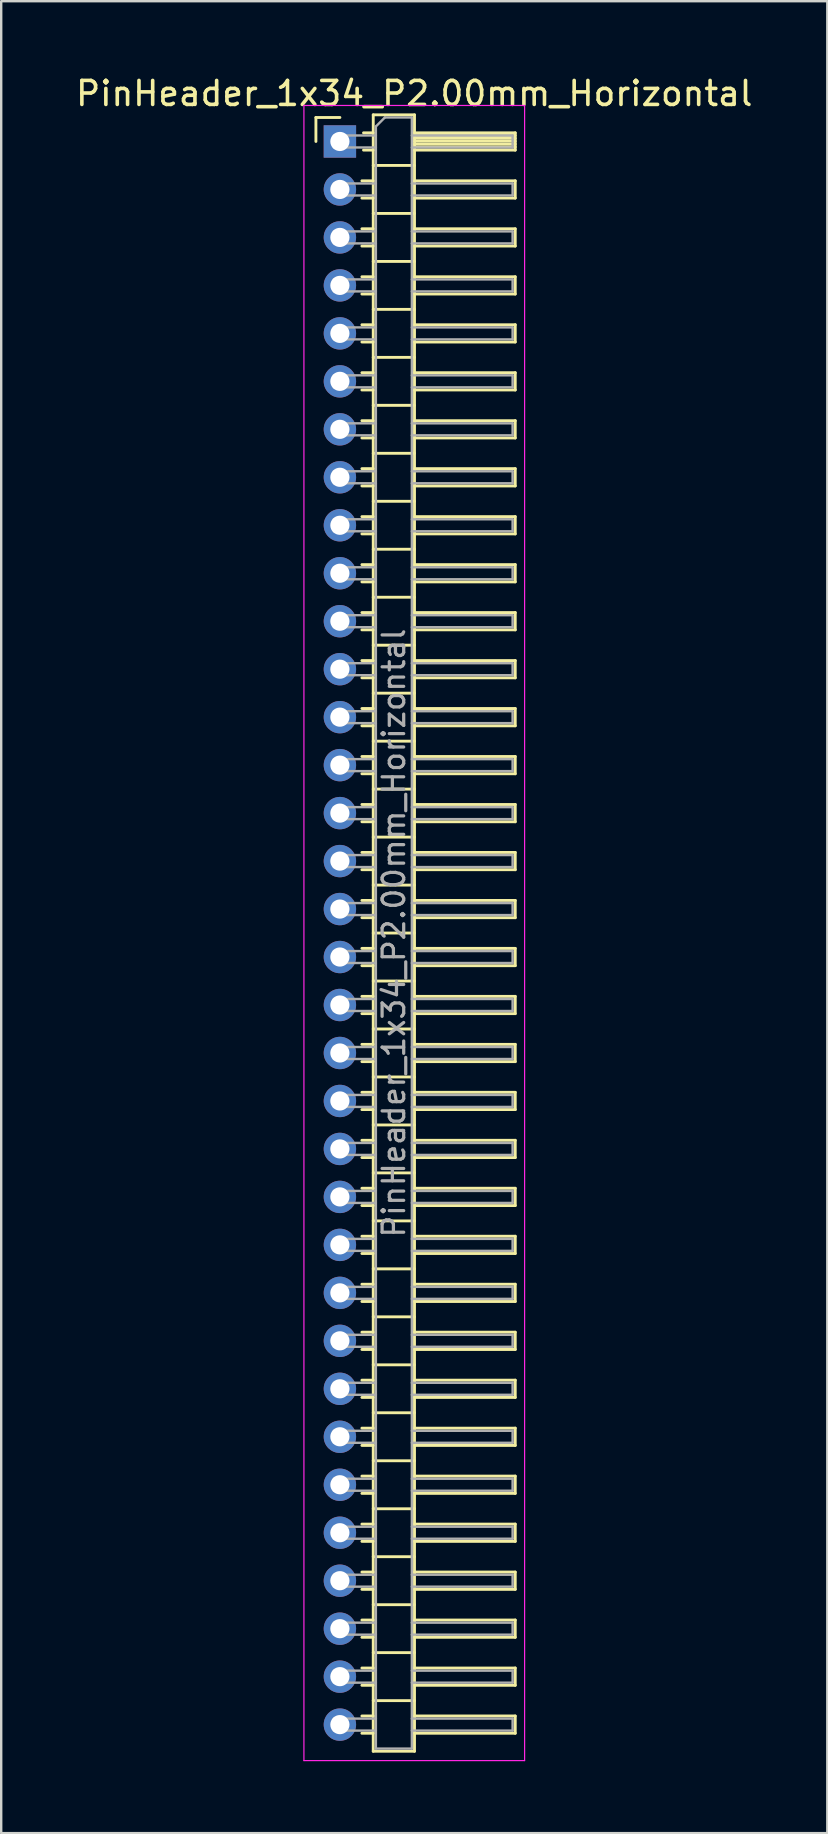
<source format=kicad_pcb>
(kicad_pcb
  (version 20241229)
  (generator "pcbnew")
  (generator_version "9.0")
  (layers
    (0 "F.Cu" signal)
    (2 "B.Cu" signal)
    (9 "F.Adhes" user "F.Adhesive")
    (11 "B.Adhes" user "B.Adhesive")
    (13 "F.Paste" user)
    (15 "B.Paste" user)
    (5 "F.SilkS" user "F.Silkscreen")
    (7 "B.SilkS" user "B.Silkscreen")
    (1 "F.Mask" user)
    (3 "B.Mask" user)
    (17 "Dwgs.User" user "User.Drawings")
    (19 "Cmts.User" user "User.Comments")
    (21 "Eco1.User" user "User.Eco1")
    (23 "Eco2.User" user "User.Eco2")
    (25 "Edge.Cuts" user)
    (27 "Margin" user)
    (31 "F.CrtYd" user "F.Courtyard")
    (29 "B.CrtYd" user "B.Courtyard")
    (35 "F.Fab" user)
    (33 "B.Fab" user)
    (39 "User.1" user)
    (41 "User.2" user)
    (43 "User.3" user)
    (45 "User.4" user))
  (footprint "PinHeader_1x34_P2.00mm_Horizontal"
    (layer "F.Cu")
    (at 11.12 2.848)
    (property "Reference" "PinHeader_1x34_P2.00mm_Horizontal" (at 3.1 -2 0) (layer "F.SilkS") (effects (font (size 1 1) (thickness 0.15))))
    (attr through_hole)
    (fp_line (start -1 -1) (end 0 -1) (stroke (width 0.12) (type solid)) (layer "F.SilkS"))
    (fp_line (start -1 0) (end -1 -1) (stroke (width 0.12) (type solid)) (layer "F.SilkS"))
    (fp_line (start 0.917 1.64) (end 1.39 1.64) (stroke (width 0.12) (type solid)) (layer "F.SilkS"))
    (fp_line (start 0.917 2.36) (end 1.39 2.36) (stroke (width 0.12) (type solid)) (layer "F.SilkS"))
    (fp_line (start 0.917 3.64) (end 1.39 3.64) (stroke (width 0.12) (type solid)) (layer "F.SilkS"))
    (fp_line (start 0.917 4.36) (end 1.39 4.36) (stroke (width 0.12) (type solid)) (layer "F.SilkS"))
    (fp_line (start 0.917 5.64) (end 1.39 5.64) (stroke (width 0.12) (type solid)) (layer "F.SilkS"))
    (fp_line (start 0.917 6.36) (end 1.39 6.36) (stroke (width 0.12) (type solid)) (layer "F.SilkS"))
    (fp_line (start 0.917 7.64) (end 1.39 7.64) (stroke (width 0.12) (type solid)) (layer "F.SilkS"))
    (fp_line (start 0.917 8.36) (end 1.39 8.36) (stroke (width 0.12) (type solid)) (layer "F.SilkS"))
    (fp_line (start 0.917 9.64) (end 1.39 9.64) (stroke (width 0.12) (type solid)) (layer "F.SilkS"))
    (fp_line (start 0.917 10.36) (end 1.39 10.36) (stroke (width 0.12) (type solid)) (layer "F.SilkS"))
    (fp_line (start 0.917 11.64) (end 1.39 11.64) (stroke (width 0.12) (type solid)) (layer "F.SilkS"))
    (fp_line (start 0.917 12.36) (end 1.39 12.36) (stroke (width 0.12) (type solid)) (layer "F.SilkS"))
    (fp_line (start 0.917 13.64) (end 1.39 13.64) (stroke (width 0.12) (type solid)) (layer "F.SilkS"))
    (fp_line (start 0.917 14.36) (end 1.39 14.36) (stroke (width 0.12) (type solid)) (layer "F.SilkS"))
    (fp_line (start 0.917 15.64) (end 1.39 15.64) (stroke (width 0.12) (type solid)) (layer "F.SilkS"))
    (fp_line (start 0.917 16.36) (end 1.39 16.36) (stroke (width 0.12) (type solid)) (layer "F.SilkS"))
    (fp_line (start 0.917 17.64) (end 1.39 17.64) (stroke (width 0.12) (type solid)) (layer "F.SilkS"))
    (fp_line (start 0.917 18.36) (end 1.39 18.36) (stroke (width 0.12) (type solid)) (layer "F.SilkS"))
    (fp_line (start 0.917 19.64) (end 1.39 19.64) (stroke (width 0.12) (type solid)) (layer "F.SilkS"))
    (fp_line (start 0.917 20.36) (end 1.39 20.36) (stroke (width 0.12) (type solid)) (layer "F.SilkS"))
    (fp_line (start 0.917 21.64) (end 1.39 21.64) (stroke (width 0.12) (type solid)) (layer "F.SilkS"))
    (fp_line (start 0.917 22.36) (end 1.39 22.36) (stroke (width 0.12) (type solid)) (layer "F.SilkS"))
    (fp_line (start 0.917 23.64) (end 1.39 23.64) (stroke (width 0.12) (type solid)) (layer "F.SilkS"))
    (fp_line (start 0.917 24.36) (end 1.39 24.36) (stroke (width 0.12) (type solid)) (layer "F.SilkS"))
    (fp_line (start 0.917 25.64) (end 1.39 25.64) (stroke (width 0.12) (type solid)) (layer "F.SilkS"))
    (fp_line (start 0.917 26.36) (end 1.39 26.36) (stroke (width 0.12) (type solid)) (layer "F.SilkS"))
    (fp_line (start 0.917 27.64) (end 1.39 27.64) (stroke (width 0.12) (type solid)) (layer "F.SilkS"))
    (fp_line (start 0.917 28.36) (end 1.39 28.36) (stroke (width 0.12) (type solid)) (layer "F.SilkS"))
    (fp_line (start 0.917 29.64) (end 1.39 29.64) (stroke (width 0.12) (type solid)) (layer "F.SilkS"))
    (fp_line (start 0.917 30.36) (end 1.39 30.36) (stroke (width 0.12) (type solid)) (layer "F.SilkS"))
    (fp_line (start 0.917 31.64) (end 1.39 31.64) (stroke (width 0.12) (type solid)) (layer "F.SilkS"))
    (fp_line (start 0.917 32.36) (end 1.39 32.36) (stroke (width 0.12) (type solid)) (layer "F.SilkS"))
    (fp_line (start 0.917 33.64) (end 1.39 33.64) (stroke (width 0.12) (type solid)) (layer "F.SilkS"))
    (fp_line (start 0.917 34.36) (end 1.39 34.36) (stroke (width 0.12) (type solid)) (layer "F.SilkS"))
    (fp_line (start 0.917 35.64) (end 1.39 35.64) (stroke (width 0.12) (type solid)) (layer "F.SilkS"))
    (fp_line (start 0.917 36.36) (end 1.39 36.36) (stroke (width 0.12) (type solid)) (layer "F.SilkS"))
    (fp_line (start 0.917 37.64) (end 1.39 37.64) (stroke (width 0.12) (type solid)) (layer "F.SilkS"))
    (fp_line (start 0.917 38.36) (end 1.39 38.36) (stroke (width 0.12) (type solid)) (layer "F.SilkS"))
    (fp_line (start 0.917 39.64) (end 1.39 39.64) (stroke (width 0.12) (type solid)) (layer "F.SilkS"))
    (fp_line (start 0.917 40.36) (end 1.39 40.36) (stroke (width 0.12) (type solid)) (layer "F.SilkS"))
    (fp_line (start 0.917 41.64) (end 1.39 41.64) (stroke (width 0.12) (type solid)) (layer "F.SilkS"))
    (fp_line (start 0.917 42.36) (end 1.39 42.36) (stroke (width 0.12) (type solid)) (layer "F.SilkS"))
    (fp_line (start 0.917 43.64) (end 1.39 43.64) (stroke (width 0.12) (type solid)) (layer "F.SilkS"))
    (fp_line (start 0.917 44.36) (end 1.39 44.36) (stroke (width 0.12) (type solid)) (layer "F.SilkS"))
    (fp_line (start 0.917 45.64) (end 1.39 45.64) (stroke (width 0.12) (type solid)) (layer "F.SilkS"))
    (fp_line (start 0.917 46.36) (end 1.39 46.36) (stroke (width 0.12) (type solid)) (layer "F.SilkS"))
    (fp_line (start 0.917 47.64) (end 1.39 47.64) (stroke (width 0.12) (type solid)) (layer "F.SilkS"))
    (fp_line (start 0.917 48.36) (end 1.39 48.36) (stroke (width 0.12) (type solid)) (layer "F.SilkS"))
    (fp_line (start 0.917 49.64) (end 1.39 49.64) (stroke (width 0.12) (type solid)) (layer "F.SilkS"))
    (fp_line (start 0.917 50.36) (end 1.39 50.36) (stroke (width 0.12) (type solid)) (layer "F.SilkS"))
    (fp_line (start 0.917 51.64) (end 1.39 51.64) (stroke (width 0.12) (type solid)) (layer "F.SilkS"))
    (fp_line (start 0.917 52.36) (end 1.39 52.36) (stroke (width 0.12) (type solid)) (layer "F.SilkS"))
    (fp_line (start 0.917 53.64) (end 1.39 53.64) (stroke (width 0.12) (type solid)) (layer "F.SilkS"))
    (fp_line (start 0.917 54.36) (end 1.39 54.36) (stroke (width 0.12) (type solid)) (layer "F.SilkS"))
    (fp_line (start 0.917 55.64) (end 1.39 55.64) (stroke (width 0.12) (type solid)) (layer "F.SilkS"))
    (fp_line (start 0.917 56.36) (end 1.39 56.36) (stroke (width 0.12) (type solid)) (layer "F.SilkS"))
    (fp_line (start 0.917 57.64) (end 1.39 57.64) (stroke (width 0.12) (type solid)) (layer "F.SilkS"))
    (fp_line (start 0.917 58.36) (end 1.39 58.36) (stroke (width 0.12) (type solid)) (layer "F.SilkS"))
    (fp_line (start 0.917 59.64) (end 1.39 59.64) (stroke (width 0.12) (type solid)) (layer "F.SilkS"))
    (fp_line (start 0.917 60.36) (end 1.39 60.36) (stroke (width 0.12) (type solid)) (layer "F.SilkS"))
    (fp_line (start 0.917 61.64) (end 1.39 61.64) (stroke (width 0.12) (type solid)) (layer "F.SilkS"))
    (fp_line (start 0.917 62.36) (end 1.39 62.36) (stroke (width 0.12) (type solid)) (layer "F.SilkS"))
    (fp_line (start 0.917 63.64) (end 1.39 63.64) (stroke (width 0.12) (type solid)) (layer "F.SilkS"))
    (fp_line (start 0.917 64.36) (end 1.39 64.36) (stroke (width 0.12) (type solid)) (layer "F.SilkS"))
    (fp_line (start 0.917 65.64) (end 1.39 65.64) (stroke (width 0.12) (type solid)) (layer "F.SilkS"))
    (fp_line (start 0.917 66.36) (end 1.39 66.36) (stroke (width 0.12) (type solid)) (layer "F.SilkS"))
    (fp_line (start 0.985 -0.36) (end 1.39 -0.36) (stroke (width 0.12) (type solid)) (layer "F.SilkS"))
    (fp_line (start 0.985 0.36) (end 1.39 0.36) (stroke (width 0.12) (type solid)) (layer "F.SilkS"))
    (fp_line (start 1.39 -1.11) (end 1.39 67.11) (stroke (width 0.12) (type solid)) (layer "F.SilkS"))
    (fp_line (start 1.39 1) (end 3.11 1) (stroke (width 0.12) (type solid)) (layer "F.SilkS"))
    (fp_line (start 1.39 3) (end 3.11 3) (stroke (width 0.12) (type solid)) (layer "F.SilkS"))
    (fp_line (start 1.39 5) (end 3.11 5) (stroke (width 0.12) (type solid)) (layer "F.SilkS"))
    (fp_line (start 1.39 7) (end 3.11 7) (stroke (width 0.12) (type solid)) (layer "F.SilkS"))
    (fp_line (start 1.39 9) (end 3.11 9) (stroke (width 0.12) (type solid)) (layer "F.SilkS"))
    (fp_line (start 1.39 11) (end 3.11 11) (stroke (width 0.12) (type solid)) (layer "F.SilkS"))
    (fp_line (start 1.39 13) (end 3.11 13) (stroke (width 0.12) (type solid)) (layer "F.SilkS"))
    (fp_line (start 1.39 15) (end 3.11 15) (stroke (width 0.12) (type solid)) (layer "F.SilkS"))
    (fp_line (start 1.39 17) (end 3.11 17) (stroke (width 0.12) (type solid)) (layer "F.SilkS"))
    (fp_line (start 1.39 19) (end 3.11 19) (stroke (width 0.12) (type solid)) (layer "F.SilkS"))
    (fp_line (start 1.39 21) (end 3.11 21) (stroke (width 0.12) (type solid)) (layer "F.SilkS"))
    (fp_line (start 1.39 23) (end 3.11 23) (stroke (width 0.12) (type solid)) (layer "F.SilkS"))
    (fp_line (start 1.39 25) (end 3.11 25) (stroke (width 0.12) (type solid)) (layer "F.SilkS"))
    (fp_line (start 1.39 27) (end 3.11 27) (stroke (width 0.12) (type solid)) (layer "F.SilkS"))
    (fp_line (start 1.39 29) (end 3.11 29) (stroke (width 0.12) (type solid)) (layer "F.SilkS"))
    (fp_line (start 1.39 31) (end 3.11 31) (stroke (width 0.12) (type solid)) (layer "F.SilkS"))
    (fp_line (start 1.39 33) (end 3.11 33) (stroke (width 0.12) (type solid)) (layer "F.SilkS"))
    (fp_line (start 1.39 35) (end 3.11 35) (stroke (width 0.12) (type solid)) (layer "F.SilkS"))
    (fp_line (start 1.39 37) (end 3.11 37) (stroke (width 0.12) (type solid)) (layer "F.SilkS"))
    (fp_line (start 1.39 39) (end 3.11 39) (stroke (width 0.12) (type solid)) (layer "F.SilkS"))
    (fp_line (start 1.39 41) (end 3.11 41) (stroke (width 0.12) (type solid)) (layer "F.SilkS"))
    (fp_line (start 1.39 43) (end 3.11 43) (stroke (width 0.12) (type solid)) (layer "F.SilkS"))
    (fp_line (start 1.39 45) (end 3.11 45) (stroke (width 0.12) (type solid)) (layer "F.SilkS"))
    (fp_line (start 1.39 47) (end 3.11 47) (stroke (width 0.12) (type solid)) (layer "F.SilkS"))
    (fp_line (start 1.39 49) (end 3.11 49) (stroke (width 0.12) (type solid)) (layer "F.SilkS"))
    (fp_line (start 1.39 51) (end 3.11 51) (stroke (width 0.12) (type solid)) (layer "F.SilkS"))
    (fp_line (start 1.39 53) (end 3.11 53) (stroke (width 0.12) (type solid)) (layer "F.SilkS"))
    (fp_line (start 1.39 55) (end 3.11 55) (stroke (width 0.12) (type solid)) (layer "F.SilkS"))
    (fp_line (start 1.39 57) (end 3.11 57) (stroke (width 0.12) (type solid)) (layer "F.SilkS"))
    (fp_line (start 1.39 59) (end 3.11 59) (stroke (width 0.12) (type solid)) (layer "F.SilkS"))
    (fp_line (start 1.39 61) (end 3.11 61) (stroke (width 0.12) (type solid)) (layer "F.SilkS"))
    (fp_line (start 1.39 63) (end 3.11 63) (stroke (width 0.12) (type solid)) (layer "F.SilkS"))
    (fp_line (start 1.39 65) (end 3.11 65) (stroke (width 0.12) (type solid)) (layer "F.SilkS"))
    (fp_line (start 1.39 67.11) (end 3.11 67.11) (stroke (width 0.12) (type solid)) (layer "F.SilkS"))
    (fp_line (start 3.11 -1.11) (end 1.39 -1.11) (stroke (width 0.12) (type solid)) (layer "F.SilkS"))
    (fp_line (start 3.11 -0.36) (end 7.31 -0.36) (stroke (width 0.12) (type solid)) (layer "F.SilkS"))
    (fp_line (start 3.11 -0.25) (end 7.31 -0.25) (stroke (width 0.12) (type solid)) (layer "F.SilkS"))
    (fp_line (start 3.11 -0.13) (end 7.31 -0.13) (stroke (width 0.12) (type solid)) (layer "F.SilkS"))
    (fp_line (start 3.11 -0.01) (end 7.31 -0.01) (stroke (width 0.12) (type solid)) (layer "F.SilkS"))
    (fp_line (start 3.11 0.11) (end 7.31 0.11) (stroke (width 0.12) (type solid)) (layer "F.SilkS"))
    (fp_line (start 3.11 0.23) (end 7.31 0.23) (stroke (width 0.12) (type solid)) (layer "F.SilkS"))
    (fp_line (start 3.11 1.64) (end 7.31 1.64) (stroke (width 0.12) (type solid)) (layer "F.SilkS"))
    (fp_line (start 3.11 3.64) (end 7.31 3.64) (stroke (width 0.12) (type solid)) (layer "F.SilkS"))
    (fp_line (start 3.11 5.64) (end 7.31 5.64) (stroke (width 0.12) (type solid)) (layer "F.SilkS"))
    (fp_line (start 3.11 7.64) (end 7.31 7.64) (stroke (width 0.12) (type solid)) (layer "F.SilkS"))
    (fp_line (start 3.11 9.64) (end 7.31 9.64) (stroke (width 0.12) (type solid)) (layer "F.SilkS"))
    (fp_line (start 3.11 11.64) (end 7.31 11.64) (stroke (width 0.12) (type solid)) (layer "F.SilkS"))
    (fp_line (start 3.11 13.64) (end 7.31 13.64) (stroke (width 0.12) (type solid)) (layer "F.SilkS"))
    (fp_line (start 3.11 15.64) (end 7.31 15.64) (stroke (width 0.12) (type solid)) (layer "F.SilkS"))
    (fp_line (start 3.11 17.64) (end 7.31 17.64) (stroke (width 0.12) (type solid)) (layer "F.SilkS"))
    (fp_line (start 3.11 19.64) (end 7.31 19.64) (stroke (width 0.12) (type solid)) (layer "F.SilkS"))
    (fp_line (start 3.11 21.64) (end 7.31 21.64) (stroke (width 0.12) (type solid)) (layer "F.SilkS"))
    (fp_line (start 3.11 23.64) (end 7.31 23.64) (stroke (width 0.12) (type solid)) (layer "F.SilkS"))
    (fp_line (start 3.11 25.64) (end 7.31 25.64) (stroke (width 0.12) (type solid)) (layer "F.SilkS"))
    (fp_line (start 3.11 27.64) (end 7.31 27.64) (stroke (width 0.12) (type solid)) (layer "F.SilkS"))
    (fp_line (start 3.11 29.64) (end 7.31 29.64) (stroke (width 0.12) (type solid)) (layer "F.SilkS"))
    (fp_line (start 3.11 31.64) (end 7.31 31.64) (stroke (width 0.12) (type solid)) (layer "F.SilkS"))
    (fp_line (start 3.11 33.64) (end 7.31 33.64) (stroke (width 0.12) (type solid)) (layer "F.SilkS"))
    (fp_line (start 3.11 35.64) (end 7.31 35.64) (stroke (width 0.12) (type solid)) (layer "F.SilkS"))
    (fp_line (start 3.11 37.64) (end 7.31 37.64) (stroke (width 0.12) (type solid)) (layer "F.SilkS"))
    (fp_line (start 3.11 39.64) (end 7.31 39.64) (stroke (width 0.12) (type solid)) (layer "F.SilkS"))
    (fp_line (start 3.11 41.64) (end 7.31 41.64) (stroke (width 0.12) (type solid)) (layer "F.SilkS"))
    (fp_line (start 3.11 43.64) (end 7.31 43.64) (stroke (width 0.12) (type solid)) (layer "F.SilkS"))
    (fp_line (start 3.11 45.64) (end 7.31 45.64) (stroke (width 0.12) (type solid)) (layer "F.SilkS"))
    (fp_line (start 3.11 47.64) (end 7.31 47.64) (stroke (width 0.12) (type solid)) (layer "F.SilkS"))
    (fp_line (start 3.11 49.64) (end 7.31 49.64) (stroke (width 0.12) (type solid)) (layer "F.SilkS"))
    (fp_line (start 3.11 51.64) (end 7.31 51.64) (stroke (width 0.12) (type solid)) (layer "F.SilkS"))
    (fp_line (start 3.11 53.64) (end 7.31 53.64) (stroke (width 0.12) (type solid)) (layer "F.SilkS"))
    (fp_line (start 3.11 55.64) (end 7.31 55.64) (stroke (width 0.12) (type solid)) (layer "F.SilkS"))
    (fp_line (start 3.11 57.64) (end 7.31 57.64) (stroke (width 0.12) (type solid)) (layer "F.SilkS"))
    (fp_line (start 3.11 59.64) (end 7.31 59.64) (stroke (width 0.12) (type solid)) (layer "F.SilkS"))
    (fp_line (start 3.11 61.64) (end 7.31 61.64) (stroke (width 0.12) (type solid)) (layer "F.SilkS"))
    (fp_line (start 3.11 63.64) (end 7.31 63.64) (stroke (width 0.12) (type solid)) (layer "F.SilkS"))
    (fp_line (start 3.11 65.64) (end 7.31 65.64) (stroke (width 0.12) (type solid)) (layer "F.SilkS"))
    (fp_line (start 3.11 67.11) (end 3.11 -1.11) (stroke (width 0.12) (type solid)) (layer "F.SilkS"))
    (fp_line (start 7.31 -0.36) (end 7.31 0.36) (stroke (width 0.12) (type solid)) (layer "F.SilkS"))
    (fp_line (start 7.31 0.36) (end 3.11 0.36) (stroke (width 0.12) (type solid)) (layer "F.SilkS"))
    (fp_line (start 7.31 1.64) (end 7.31 2.36) (stroke (width 0.12) (type solid)) (layer "F.SilkS"))
    (fp_line (start 7.31 2.36) (end 3.11 2.36) (stroke (width 0.12) (type solid)) (layer "F.SilkS"))
    (fp_line (start 7.31 3.64) (end 7.31 4.36) (stroke (width 0.12) (type solid)) (layer "F.SilkS"))
    (fp_line (start 7.31 4.36) (end 3.11 4.36) (stroke (width 0.12) (type solid)) (layer "F.SilkS"))
    (fp_line (start 7.31 5.64) (end 7.31 6.36) (stroke (width 0.12) (type solid)) (layer "F.SilkS"))
    (fp_line (start 7.31 6.36) (end 3.11 6.36) (stroke (width 0.12) (type solid)) (layer "F.SilkS"))
    (fp_line (start 7.31 7.64) (end 7.31 8.36) (stroke (width 0.12) (type solid)) (layer "F.SilkS"))
    (fp_line (start 7.31 8.36) (end 3.11 8.36) (stroke (width 0.12) (type solid)) (layer "F.SilkS"))
    (fp_line (start 7.31 9.64) (end 7.31 10.36) (stroke (width 0.12) (type solid)) (layer "F.SilkS"))
    (fp_line (start 7.31 10.36) (end 3.11 10.36) (stroke (width 0.12) (type solid)) (layer "F.SilkS"))
    (fp_line (start 7.31 11.64) (end 7.31 12.36) (stroke (width 0.12) (type solid)) (layer "F.SilkS"))
    (fp_line (start 7.31 12.36) (end 3.11 12.36) (stroke (width 0.12) (type solid)) (layer "F.SilkS"))
    (fp_line (start 7.31 13.64) (end 7.31 14.36) (stroke (width 0.12) (type solid)) (layer "F.SilkS"))
    (fp_line (start 7.31 14.36) (end 3.11 14.36) (stroke (width 0.12) (type solid)) (layer "F.SilkS"))
    (fp_line (start 7.31 15.64) (end 7.31 16.36) (stroke (width 0.12) (type solid)) (layer "F.SilkS"))
    (fp_line (start 7.31 16.36) (end 3.11 16.36) (stroke (width 0.12) (type solid)) (layer "F.SilkS"))
    (fp_line (start 7.31 17.64) (end 7.31 18.36) (stroke (width 0.12) (type solid)) (layer "F.SilkS"))
    (fp_line (start 7.31 18.36) (end 3.11 18.36) (stroke (width 0.12) (type solid)) (layer "F.SilkS"))
    (fp_line (start 7.31 19.64) (end 7.31 20.36) (stroke (width 0.12) (type solid)) (layer "F.SilkS"))
    (fp_line (start 7.31 20.36) (end 3.11 20.36) (stroke (width 0.12) (type solid)) (layer "F.SilkS"))
    (fp_line (start 7.31 21.64) (end 7.31 22.36) (stroke (width 0.12) (type solid)) (layer "F.SilkS"))
    (fp_line (start 7.31 22.36) (end 3.11 22.36) (stroke (width 0.12) (type solid)) (layer "F.SilkS"))
    (fp_line (start 7.31 23.64) (end 7.31 24.36) (stroke (width 0.12) (type solid)) (layer "F.SilkS"))
    (fp_line (start 7.31 24.36) (end 3.11 24.36) (stroke (width 0.12) (type solid)) (layer "F.SilkS"))
    (fp_line (start 7.31 25.64) (end 7.31 26.36) (stroke (width 0.12) (type solid)) (layer "F.SilkS"))
    (fp_line (start 7.31 26.36) (end 3.11 26.36) (stroke (width 0.12) (type solid)) (layer "F.SilkS"))
    (fp_line (start 7.31 27.64) (end 7.31 28.36) (stroke (width 0.12) (type solid)) (layer "F.SilkS"))
    (fp_line (start 7.31 28.36) (end 3.11 28.36) (stroke (width 0.12) (type solid)) (layer "F.SilkS"))
    (fp_line (start 7.31 29.64) (end 7.31 30.36) (stroke (width 0.12) (type solid)) (layer "F.SilkS"))
    (fp_line (start 7.31 30.36) (end 3.11 30.36) (stroke (width 0.12) (type solid)) (layer "F.SilkS"))
    (fp_line (start 7.31 31.64) (end 7.31 32.36) (stroke (width 0.12) (type solid)) (layer "F.SilkS"))
    (fp_line (start 7.31 32.36) (end 3.11 32.36) (stroke (width 0.12) (type solid)) (layer "F.SilkS"))
    (fp_line (start 7.31 33.64) (end 7.31 34.36) (stroke (width 0.12) (type solid)) (layer "F.SilkS"))
    (fp_line (start 7.31 34.36) (end 3.11 34.36) (stroke (width 0.12) (type solid)) (layer "F.SilkS"))
    (fp_line (start 7.31 35.64) (end 7.31 36.36) (stroke (width 0.12) (type solid)) (layer "F.SilkS"))
    (fp_line (start 7.31 36.36) (end 3.11 36.36) (stroke (width 0.12) (type solid)) (layer "F.SilkS"))
    (fp_line (start 7.31 37.64) (end 7.31 38.36) (stroke (width 0.12) (type solid)) (layer "F.SilkS"))
    (fp_line (start 7.31 38.36) (end 3.11 38.36) (stroke (width 0.12) (type solid)) (layer "F.SilkS"))
    (fp_line (start 7.31 39.64) (end 7.31 40.36) (stroke (width 0.12) (type solid)) (layer "F.SilkS"))
    (fp_line (start 7.31 40.36) (end 3.11 40.36) (stroke (width 0.12) (type solid)) (layer "F.SilkS"))
    (fp_line (start 7.31 41.64) (end 7.31 42.36) (stroke (width 0.12) (type solid)) (layer "F.SilkS"))
    (fp_line (start 7.31 42.36) (end 3.11 42.36) (stroke (width 0.12) (type solid)) (layer "F.SilkS"))
    (fp_line (start 7.31 43.64) (end 7.31 44.36) (stroke (width 0.12) (type solid)) (layer "F.SilkS"))
    (fp_line (start 7.31 44.36) (end 3.11 44.36) (stroke (width 0.12) (type solid)) (layer "F.SilkS"))
    (fp_line (start 7.31 45.64) (end 7.31 46.36) (stroke (width 0.12) (type solid)) (layer "F.SilkS"))
    (fp_line (start 7.31 46.36) (end 3.11 46.36) (stroke (width 0.12) (type solid)) (layer "F.SilkS"))
    (fp_line (start 7.31 47.64) (end 7.31 48.36) (stroke (width 0.12) (type solid)) (layer "F.SilkS"))
    (fp_line (start 7.31 48.36) (end 3.11 48.36) (stroke (width 0.12) (type solid)) (layer "F.SilkS"))
    (fp_line (start 7.31 49.64) (end 7.31 50.36) (stroke (width 0.12) (type solid)) (layer "F.SilkS"))
    (fp_line (start 7.31 50.36) (end 3.11 50.36) (stroke (width 0.12) (type solid)) (layer "F.SilkS"))
    (fp_line (start 7.31 51.64) (end 7.31 52.36) (stroke (width 0.12) (type solid)) (layer "F.SilkS"))
    (fp_line (start 7.31 52.36) (end 3.11 52.36) (stroke (width 0.12) (type solid)) (layer "F.SilkS"))
    (fp_line (start 7.31 53.64) (end 7.31 54.36) (stroke (width 0.12) (type solid)) (layer "F.SilkS"))
    (fp_line (start 7.31 54.36) (end 3.11 54.36) (stroke (width 0.12) (type solid)) (layer "F.SilkS"))
    (fp_line (start 7.31 55.64) (end 7.31 56.36) (stroke (width 0.12) (type solid)) (layer "F.SilkS"))
    (fp_line (start 7.31 56.36) (end 3.11 56.36) (stroke (width 0.12) (type solid)) (layer "F.SilkS"))
    (fp_line (start 7.31 57.64) (end 7.31 58.36) (stroke (width 0.12) (type solid)) (layer "F.SilkS"))
    (fp_line (start 7.31 58.36) (end 3.11 58.36) (stroke (width 0.12) (type solid)) (layer "F.SilkS"))
    (fp_line (start 7.31 59.64) (end 7.31 60.36) (stroke (width 0.12) (type solid)) (layer "F.SilkS"))
    (fp_line (start 7.31 60.36) (end 3.11 60.36) (stroke (width 0.12) (type solid)) (layer "F.SilkS"))
    (fp_line (start 7.31 61.64) (end 7.31 62.36) (stroke (width 0.12) (type solid)) (layer "F.SilkS"))
    (fp_line (start 7.31 62.36) (end 3.11 62.36) (stroke (width 0.12) (type solid)) (layer "F.SilkS"))
    (fp_line (start 7.31 63.64) (end 7.31 64.36) (stroke (width 0.12) (type solid)) (layer "F.SilkS"))
    (fp_line (start 7.31 64.36) (end 3.11 64.36) (stroke (width 0.12) (type solid)) (layer "F.SilkS"))
    (fp_line (start 7.31 65.64) (end 7.31 66.36) (stroke (width 0.12) (type solid)) (layer "F.SilkS"))
    (fp_line (start 7.31 66.36) (end 3.11 66.36) (stroke (width 0.12) (type solid)) (layer "F.SilkS"))
    (fp_line (start -1.5 -1.5) (end -1.5 67.5) (stroke (width 0.05) (type solid)) (layer "F.CrtYd"))
    (fp_line (start -1.5 67.5) (end 7.7 67.5) (stroke (width 0.05) (type solid)) (layer "F.CrtYd"))
    (fp_line (start 7.7 -1.5) (end -1.5 -1.5) (stroke (width 0.05) (type solid)) (layer "F.CrtYd"))
    (fp_line (start 7.7 67.5) (end 7.7 -1.5) (stroke (width 0.05) (type solid)) (layer "F.CrtYd"))
    (fp_line (start -0.25 -0.25) (end -0.25 0.25) (stroke (width 0.1) (type solid)) (layer "F.Fab"))
    (fp_line (start -0.25 -0.25) (end 1.5 -0.25) (stroke (width 0.1) (type solid)) (layer "F.Fab"))
    (fp_line (start -0.25 0.25) (end 1.5 0.25) (stroke (width 0.1) (type solid)) (layer "F.Fab"))
    (fp_line (start -0.25 1.75) (end -0.25 2.25) (stroke (width 0.1) (type solid)) (layer "F.Fab"))
    (fp_line (start -0.25 1.75) (end 1.5 1.75) (stroke (width 0.1) (type solid)) (layer "F.Fab"))
    (fp_line (start -0.25 2.25) (end 1.5 2.25) (stroke (width 0.1) (type solid)) (layer "F.Fab"))
    (fp_line (start -0.25 3.75) (end -0.25 4.25) (stroke (width 0.1) (type solid)) (layer "F.Fab"))
    (fp_line (start -0.25 3.75) (end 1.5 3.75) (stroke (width 0.1) (type solid)) (layer "F.Fab"))
    (fp_line (start -0.25 4.25) (end 1.5 4.25) (stroke (width 0.1) (type solid)) (layer "F.Fab"))
    (fp_line (start -0.25 5.75) (end -0.25 6.25) (stroke (width 0.1) (type solid)) (layer "F.Fab"))
    (fp_line (start -0.25 5.75) (end 1.5 5.75) (stroke (width 0.1) (type solid)) (layer "F.Fab"))
    (fp_line (start -0.25 6.25) (end 1.5 6.25) (stroke (width 0.1) (type solid)) (layer "F.Fab"))
    (fp_line (start -0.25 7.75) (end -0.25 8.25) (stroke (width 0.1) (type solid)) (layer "F.Fab"))
    (fp_line (start -0.25 7.75) (end 1.5 7.75) (stroke (width 0.1) (type solid)) (layer "F.Fab"))
    (fp_line (start -0.25 8.25) (end 1.5 8.25) (stroke (width 0.1) (type solid)) (layer "F.Fab"))
    (fp_line (start -0.25 9.75) (end -0.25 10.25) (stroke (width 0.1) (type solid)) (layer "F.Fab"))
    (fp_line (start -0.25 9.75) (end 1.5 9.75) (stroke (width 0.1) (type solid)) (layer "F.Fab"))
    (fp_line (start -0.25 10.25) (end 1.5 10.25) (stroke (width 0.1) (type solid)) (layer "F.Fab"))
    (fp_line (start -0.25 11.75) (end -0.25 12.25) (stroke (width 0.1) (type solid)) (layer "F.Fab"))
    (fp_line (start -0.25 11.75) (end 1.5 11.75) (stroke (width 0.1) (type solid)) (layer "F.Fab"))
    (fp_line (start -0.25 12.25) (end 1.5 12.25) (stroke (width 0.1) (type solid)) (layer "F.Fab"))
    (fp_line (start -0.25 13.75) (end -0.25 14.25) (stroke (width 0.1) (type solid)) (layer "F.Fab"))
    (fp_line (start -0.25 13.75) (end 1.5 13.75) (stroke (width 0.1) (type solid)) (layer "F.Fab"))
    (fp_line (start -0.25 14.25) (end 1.5 14.25) (stroke (width 0.1) (type solid)) (layer "F.Fab"))
    (fp_line (start -0.25 15.75) (end -0.25 16.25) (stroke (width 0.1) (type solid)) (layer "F.Fab"))
    (fp_line (start -0.25 15.75) (end 1.5 15.75) (stroke (width 0.1) (type solid)) (layer "F.Fab"))
    (fp_line (start -0.25 16.25) (end 1.5 16.25) (stroke (width 0.1) (type solid)) (layer "F.Fab"))
    (fp_line (start -0.25 17.75) (end -0.25 18.25) (stroke (width 0.1) (type solid)) (layer "F.Fab"))
    (fp_line (start -0.25 17.75) (end 1.5 17.75) (stroke (width 0.1) (type solid)) (layer "F.Fab"))
    (fp_line (start -0.25 18.25) (end 1.5 18.25) (stroke (width 0.1) (type solid)) (layer "F.Fab"))
    (fp_line (start -0.25 19.75) (end -0.25 20.25) (stroke (width 0.1) (type solid)) (layer "F.Fab"))
    (fp_line (start -0.25 19.75) (end 1.5 19.75) (stroke (width 0.1) (type solid)) (layer "F.Fab"))
    (fp_line (start -0.25 20.25) (end 1.5 20.25) (stroke (width 0.1) (type solid)) (layer "F.Fab"))
    (fp_line (start -0.25 21.75) (end -0.25 22.25) (stroke (width 0.1) (type solid)) (layer "F.Fab"))
    (fp_line (start -0.25 21.75) (end 1.5 21.75) (stroke (width 0.1) (type solid)) (layer "F.Fab"))
    (fp_line (start -0.25 22.25) (end 1.5 22.25) (stroke (width 0.1) (type solid)) (layer "F.Fab"))
    (fp_line (start -0.25 23.75) (end -0.25 24.25) (stroke (width 0.1) (type solid)) (layer "F.Fab"))
    (fp_line (start -0.25 23.75) (end 1.5 23.75) (stroke (width 0.1) (type solid)) (layer "F.Fab"))
    (fp_line (start -0.25 24.25) (end 1.5 24.25) (stroke (width 0.1) (type solid)) (layer "F.Fab"))
    (fp_line (start -0.25 25.75) (end -0.25 26.25) (stroke (width 0.1) (type solid)) (layer "F.Fab"))
    (fp_line (start -0.25 25.75) (end 1.5 25.75) (stroke (width 0.1) (type solid)) (layer "F.Fab"))
    (fp_line (start -0.25 26.25) (end 1.5 26.25) (stroke (width 0.1) (type solid)) (layer "F.Fab"))
    (fp_line (start -0.25 27.75) (end -0.25 28.25) (stroke (width 0.1) (type solid)) (layer "F.Fab"))
    (fp_line (start -0.25 27.75) (end 1.5 27.75) (stroke (width 0.1) (type solid)) (layer "F.Fab"))
    (fp_line (start -0.25 28.25) (end 1.5 28.25) (stroke (width 0.1) (type solid)) (layer "F.Fab"))
    (fp_line (start -0.25 29.75) (end -0.25 30.25) (stroke (width 0.1) (type solid)) (layer "F.Fab"))
    (fp_line (start -0.25 29.75) (end 1.5 29.75) (stroke (width 0.1) (type solid)) (layer "F.Fab"))
    (fp_line (start -0.25 30.25) (end 1.5 30.25) (stroke (width 0.1) (type solid)) (layer "F.Fab"))
    (fp_line (start -0.25 31.75) (end -0.25 32.25) (stroke (width 0.1) (type solid)) (layer "F.Fab"))
    (fp_line (start -0.25 31.75) (end 1.5 31.75) (stroke (width 0.1) (type solid)) (layer "F.Fab"))
    (fp_line (start -0.25 32.25) (end 1.5 32.25) (stroke (width 0.1) (type solid)) (layer "F.Fab"))
    (fp_line (start -0.25 33.75) (end -0.25 34.25) (stroke (width 0.1) (type solid)) (layer "F.Fab"))
    (fp_line (start -0.25 33.75) (end 1.5 33.75) (stroke (width 0.1) (type solid)) (layer "F.Fab"))
    (fp_line (start -0.25 34.25) (end 1.5 34.25) (stroke (width 0.1) (type solid)) (layer "F.Fab"))
    (fp_line (start -0.25 35.75) (end -0.25 36.25) (stroke (width 0.1) (type solid)) (layer "F.Fab"))
    (fp_line (start -0.25 35.75) (end 1.5 35.75) (stroke (width 0.1) (type solid)) (layer "F.Fab"))
    (fp_line (start -0.25 36.25) (end 1.5 36.25) (stroke (width 0.1) (type solid)) (layer "F.Fab"))
    (fp_line (start -0.25 37.75) (end -0.25 38.25) (stroke (width 0.1) (type solid)) (layer "F.Fab"))
    (fp_line (start -0.25 37.75) (end 1.5 37.75) (stroke (width 0.1) (type solid)) (layer "F.Fab"))
    (fp_line (start -0.25 38.25) (end 1.5 38.25) (stroke (width 0.1) (type solid)) (layer "F.Fab"))
    (fp_line (start -0.25 39.75) (end -0.25 40.25) (stroke (width 0.1) (type solid)) (layer "F.Fab"))
    (fp_line (start -0.25 39.75) (end 1.5 39.75) (stroke (width 0.1) (type solid)) (layer "F.Fab"))
    (fp_line (start -0.25 40.25) (end 1.5 40.25) (stroke (width 0.1) (type solid)) (layer "F.Fab"))
    (fp_line (start -0.25 41.75) (end -0.25 42.25) (stroke (width 0.1) (type solid)) (layer "F.Fab"))
    (fp_line (start -0.25 41.75) (end 1.5 41.75) (stroke (width 0.1) (type solid)) (layer "F.Fab"))
    (fp_line (start -0.25 42.25) (end 1.5 42.25) (stroke (width 0.1) (type solid)) (layer "F.Fab"))
    (fp_line (start -0.25 43.75) (end -0.25 44.25) (stroke (width 0.1) (type solid)) (layer "F.Fab"))
    (fp_line (start -0.25 43.75) (end 1.5 43.75) (stroke (width 0.1) (type solid)) (layer "F.Fab"))
    (fp_line (start -0.25 44.25) (end 1.5 44.25) (stroke (width 0.1) (type solid)) (layer "F.Fab"))
    (fp_line (start -0.25 45.75) (end -0.25 46.25) (stroke (width 0.1) (type solid)) (layer "F.Fab"))
    (fp_line (start -0.25 45.75) (end 1.5 45.75) (stroke (width 0.1) (type solid)) (layer "F.Fab"))
    (fp_line (start -0.25 46.25) (end 1.5 46.25) (stroke (width 0.1) (type solid)) (layer "F.Fab"))
    (fp_line (start -0.25 47.75) (end -0.25 48.25) (stroke (width 0.1) (type solid)) (layer "F.Fab"))
    (fp_line (start -0.25 47.75) (end 1.5 47.75) (stroke (width 0.1) (type solid)) (layer "F.Fab"))
    (fp_line (start -0.25 48.25) (end 1.5 48.25) (stroke (width 0.1) (type solid)) (layer "F.Fab"))
    (fp_line (start -0.25 49.75) (end -0.25 50.25) (stroke (width 0.1) (type solid)) (layer "F.Fab"))
    (fp_line (start -0.25 49.75) (end 1.5 49.75) (stroke (width 0.1) (type solid)) (layer "F.Fab"))
    (fp_line (start -0.25 50.25) (end 1.5 50.25) (stroke (width 0.1) (type solid)) (layer "F.Fab"))
    (fp_line (start -0.25 51.75) (end -0.25 52.25) (stroke (width 0.1) (type solid)) (layer "F.Fab"))
    (fp_line (start -0.25 51.75) (end 1.5 51.75) (stroke (width 0.1) (type solid)) (layer "F.Fab"))
    (fp_line (start -0.25 52.25) (end 1.5 52.25) (stroke (width 0.1) (type solid)) (layer "F.Fab"))
    (fp_line (start -0.25 53.75) (end -0.25 54.25) (stroke (width 0.1) (type solid)) (layer "F.Fab"))
    (fp_line (start -0.25 53.75) (end 1.5 53.75) (stroke (width 0.1) (type solid)) (layer "F.Fab"))
    (fp_line (start -0.25 54.25) (end 1.5 54.25) (stroke (width 0.1) (type solid)) (layer "F.Fab"))
    (fp_line (start -0.25 55.75) (end -0.25 56.25) (stroke (width 0.1) (type solid)) (layer "F.Fab"))
    (fp_line (start -0.25 55.75) (end 1.5 55.75) (stroke (width 0.1) (type solid)) (layer "F.Fab"))
    (fp_line (start -0.25 56.25) (end 1.5 56.25) (stroke (width 0.1) (type solid)) (layer "F.Fab"))
    (fp_line (start -0.25 57.75) (end -0.25 58.25) (stroke (width 0.1) (type solid)) (layer "F.Fab"))
    (fp_line (start -0.25 57.75) (end 1.5 57.75) (stroke (width 0.1) (type solid)) (layer "F.Fab"))
    (fp_line (start -0.25 58.25) (end 1.5 58.25) (stroke (width 0.1) (type solid)) (layer "F.Fab"))
    (fp_line (start -0.25 59.75) (end -0.25 60.25) (stroke (width 0.1) (type solid)) (layer "F.Fab"))
    (fp_line (start -0.25 59.75) (end 1.5 59.75) (stroke (width 0.1) (type solid)) (layer "F.Fab"))
    (fp_line (start -0.25 60.25) (end 1.5 60.25) (stroke (width 0.1) (type solid)) (layer "F.Fab"))
    (fp_line (start -0.25 61.75) (end -0.25 62.25) (stroke (width 0.1) (type solid)) (layer "F.Fab"))
    (fp_line (start -0.25 61.75) (end 1.5 61.75) (stroke (width 0.1) (type solid)) (layer "F.Fab"))
    (fp_line (start -0.25 62.25) (end 1.5 62.25) (stroke (width 0.1) (type solid)) (layer "F.Fab"))
    (fp_line (start -0.25 63.75) (end -0.25 64.25) (stroke (width 0.1) (type solid)) (layer "F.Fab"))
    (fp_line (start -0.25 63.75) (end 1.5 63.75) (stroke (width 0.1) (type solid)) (layer "F.Fab"))
    (fp_line (start -0.25 64.25) (end 1.5 64.25) (stroke (width 0.1) (type solid)) (layer "F.Fab"))
    (fp_line (start -0.25 65.75) (end -0.25 66.25) (stroke (width 0.1) (type solid)) (layer "F.Fab"))
    (fp_line (start -0.25 65.75) (end 1.5 65.75) (stroke (width 0.1) (type solid)) (layer "F.Fab"))
    (fp_line (start -0.25 66.25) (end 1.5 66.25) (stroke (width 0.1) (type solid)) (layer "F.Fab"))
    (fp_line (start 1.5 -0.625) (end 1.875 -1) (stroke (width 0.1) (type solid)) (layer "F.Fab"))
    (fp_line (start 1.5 67) (end 1.5 -0.625) (stroke (width 0.1) (type solid)) (layer "F.Fab"))
    (fp_line (start 1.875 -1) (end 3 -1) (stroke (width 0.1) (type solid)) (layer "F.Fab"))
    (fp_line (start 3 -1) (end 3 67) (stroke (width 0.1) (type solid)) (layer "F.Fab"))
    (fp_line (start 3 -0.25) (end 7.2 -0.25) (stroke (width 0.1) (type solid)) (layer "F.Fab"))
    (fp_line (start 3 0.25) (end 7.2 0.25) (stroke (width 0.1) (type solid)) (layer "F.Fab"))
    (fp_line (start 3 1.75) (end 7.2 1.75) (stroke (width 0.1) (type solid)) (layer "F.Fab"))
    (fp_line (start 3 2.25) (end 7.2 2.25) (stroke (width 0.1) (type solid)) (layer "F.Fab"))
    (fp_line (start 3 3.75) (end 7.2 3.75) (stroke (width 0.1) (type solid)) (layer "F.Fab"))
    (fp_line (start 3 4.25) (end 7.2 4.25) (stroke (width 0.1) (type solid)) (layer "F.Fab"))
    (fp_line (start 3 5.75) (end 7.2 5.75) (stroke (width 0.1) (type solid)) (layer "F.Fab"))
    (fp_line (start 3 6.25) (end 7.2 6.25) (stroke (width 0.1) (type solid)) (layer "F.Fab"))
    (fp_line (start 3 7.75) (end 7.2 7.75) (stroke (width 0.1) (type solid)) (layer "F.Fab"))
    (fp_line (start 3 8.25) (end 7.2 8.25) (stroke (width 0.1) (type solid)) (layer "F.Fab"))
    (fp_line (start 3 9.75) (end 7.2 9.75) (stroke (width 0.1) (type solid)) (layer "F.Fab"))
    (fp_line (start 3 10.25) (end 7.2 10.25) (stroke (width 0.1) (type solid)) (layer "F.Fab"))
    (fp_line (start 3 11.75) (end 7.2 11.75) (stroke (width 0.1) (type solid)) (layer "F.Fab"))
    (fp_line (start 3 12.25) (end 7.2 12.25) (stroke (width 0.1) (type solid)) (layer "F.Fab"))
    (fp_line (start 3 13.75) (end 7.2 13.75) (stroke (width 0.1) (type solid)) (layer "F.Fab"))
    (fp_line (start 3 14.25) (end 7.2 14.25) (stroke (width 0.1) (type solid)) (layer "F.Fab"))
    (fp_line (start 3 15.75) (end 7.2 15.75) (stroke (width 0.1) (type solid)) (layer "F.Fab"))
    (fp_line (start 3 16.25) (end 7.2 16.25) (stroke (width 0.1) (type solid)) (layer "F.Fab"))
    (fp_line (start 3 17.75) (end 7.2 17.75) (stroke (width 0.1) (type solid)) (layer "F.Fab"))
    (fp_line (start 3 18.25) (end 7.2 18.25) (stroke (width 0.1) (type solid)) (layer "F.Fab"))
    (fp_line (start 3 19.75) (end 7.2 19.75) (stroke (width 0.1) (type solid)) (layer "F.Fab"))
    (fp_line (start 3 20.25) (end 7.2 20.25) (stroke (width 0.1) (type solid)) (layer "F.Fab"))
    (fp_line (start 3 21.75) (end 7.2 21.75) (stroke (width 0.1) (type solid)) (layer "F.Fab"))
    (fp_line (start 3 22.25) (end 7.2 22.25) (stroke (width 0.1) (type solid)) (layer "F.Fab"))
    (fp_line (start 3 23.75) (end 7.2 23.75) (stroke (width 0.1) (type solid)) (layer "F.Fab"))
    (fp_line (start 3 24.25) (end 7.2 24.25) (stroke (width 0.1) (type solid)) (layer "F.Fab"))
    (fp_line (start 3 25.75) (end 7.2 25.75) (stroke (width 0.1) (type solid)) (layer "F.Fab"))
    (fp_line (start 3 26.25) (end 7.2 26.25) (stroke (width 0.1) (type solid)) (layer "F.Fab"))
    (fp_line (start 3 27.75) (end 7.2 27.75) (stroke (width 0.1) (type solid)) (layer "F.Fab"))
    (fp_line (start 3 28.25) (end 7.2 28.25) (stroke (width 0.1) (type solid)) (layer "F.Fab"))
    (fp_line (start 3 29.75) (end 7.2 29.75) (stroke (width 0.1) (type solid)) (layer "F.Fab"))
    (fp_line (start 3 30.25) (end 7.2 30.25) (stroke (width 0.1) (type solid)) (layer "F.Fab"))
    (fp_line (start 3 31.75) (end 7.2 31.75) (stroke (width 0.1) (type solid)) (layer "F.Fab"))
    (fp_line (start 3 32.25) (end 7.2 32.25) (stroke (width 0.1) (type solid)) (layer "F.Fab"))
    (fp_line (start 3 33.75) (end 7.2 33.75) (stroke (width 0.1) (type solid)) (layer "F.Fab"))
    (fp_line (start 3 34.25) (end 7.2 34.25) (stroke (width 0.1) (type solid)) (layer "F.Fab"))
    (fp_line (start 3 35.75) (end 7.2 35.75) (stroke (width 0.1) (type solid)) (layer "F.Fab"))
    (fp_line (start 3 36.25) (end 7.2 36.25) (stroke (width 0.1) (type solid)) (layer "F.Fab"))
    (fp_line (start 3 37.75) (end 7.2 37.75) (stroke (width 0.1) (type solid)) (layer "F.Fab"))
    (fp_line (start 3 38.25) (end 7.2 38.25) (stroke (width 0.1) (type solid)) (layer "F.Fab"))
    (fp_line (start 3 39.75) (end 7.2 39.75) (stroke (width 0.1) (type solid)) (layer "F.Fab"))
    (fp_line (start 3 40.25) (end 7.2 40.25) (stroke (width 0.1) (type solid)) (layer "F.Fab"))
    (fp_line (start 3 41.75) (end 7.2 41.75) (stroke (width 0.1) (type solid)) (layer "F.Fab"))
    (fp_line (start 3 42.25) (end 7.2 42.25) (stroke (width 0.1) (type solid)) (layer "F.Fab"))
    (fp_line (start 3 43.75) (end 7.2 43.75) (stroke (width 0.1) (type solid)) (layer "F.Fab"))
    (fp_line (start 3 44.25) (end 7.2 44.25) (stroke (width 0.1) (type solid)) (layer "F.Fab"))
    (fp_line (start 3 45.75) (end 7.2 45.75) (stroke (width 0.1) (type solid)) (layer "F.Fab"))
    (fp_line (start 3 46.25) (end 7.2 46.25) (stroke (width 0.1) (type solid)) (layer "F.Fab"))
    (fp_line (start 3 47.75) (end 7.2 47.75) (stroke (width 0.1) (type solid)) (layer "F.Fab"))
    (fp_line (start 3 48.25) (end 7.2 48.25) (stroke (width 0.1) (type solid)) (layer "F.Fab"))
    (fp_line (start 3 49.75) (end 7.2 49.75) (stroke (width 0.1) (type solid)) (layer "F.Fab"))
    (fp_line (start 3 50.25) (end 7.2 50.25) (stroke (width 0.1) (type solid)) (layer "F.Fab"))
    (fp_line (start 3 51.75) (end 7.2 51.75) (stroke (width 0.1) (type solid)) (layer "F.Fab"))
    (fp_line (start 3 52.25) (end 7.2 52.25) (stroke (width 0.1) (type solid)) (layer "F.Fab"))
    (fp_line (start 3 53.75) (end 7.2 53.75) (stroke (width 0.1) (type solid)) (layer "F.Fab"))
    (fp_line (start 3 54.25) (end 7.2 54.25) (stroke (width 0.1) (type solid)) (layer "F.Fab"))
    (fp_line (start 3 55.75) (end 7.2 55.75) (stroke (width 0.1) (type solid)) (layer "F.Fab"))
    (fp_line (start 3 56.25) (end 7.2 56.25) (stroke (width 0.1) (type solid)) (layer "F.Fab"))
    (fp_line (start 3 57.75) (end 7.2 57.75) (stroke (width 0.1) (type solid)) (layer "F.Fab"))
    (fp_line (start 3 58.25) (end 7.2 58.25) (stroke (width 0.1) (type solid)) (layer "F.Fab"))
    (fp_line (start 3 59.75) (end 7.2 59.75) (stroke (width 0.1) (type solid)) (layer "F.Fab"))
    (fp_line (start 3 60.25) (end 7.2 60.25) (stroke (width 0.1) (type solid)) (layer "F.Fab"))
    (fp_line (start 3 61.75) (end 7.2 61.75) (stroke (width 0.1) (type solid)) (layer "F.Fab"))
    (fp_line (start 3 62.25) (end 7.2 62.25) (stroke (width 0.1) (type solid)) (layer "F.Fab"))
    (fp_line (start 3 63.75) (end 7.2 63.75) (stroke (width 0.1) (type solid)) (layer "F.Fab"))
    (fp_line (start 3 64.25) (end 7.2 64.25) (stroke (width 0.1) (type solid)) (layer "F.Fab"))
    (fp_line (start 3 65.75) (end 7.2 65.75) (stroke (width 0.1) (type solid)) (layer "F.Fab"))
    (fp_line (start 3 66.25) (end 7.2 66.25) (stroke (width 0.1) (type solid)) (layer "F.Fab"))
    (fp_line (start 3 67) (end 1.5 67) (stroke (width 0.1) (type solid)) (layer "F.Fab"))
    (fp_line (start 7.2 -0.25) (end 7.2 0.25) (stroke (width 0.1) (type solid)) (layer "F.Fab"))
    (fp_line (start 7.2 1.75) (end 7.2 2.25) (stroke (width 0.1) (type solid)) (layer "F.Fab"))
    (fp_line (start 7.2 3.75) (end 7.2 4.25) (stroke (width 0.1) (type solid)) (layer "F.Fab"))
    (fp_line (start 7.2 5.75) (end 7.2 6.25) (stroke (width 0.1) (type solid)) (layer "F.Fab"))
    (fp_line (start 7.2 7.75) (end 7.2 8.25) (stroke (width 0.1) (type solid)) (layer "F.Fab"))
    (fp_line (start 7.2 9.75) (end 7.2 10.25) (stroke (width 0.1) (type solid)) (layer "F.Fab"))
    (fp_line (start 7.2 11.75) (end 7.2 12.25) (stroke (width 0.1) (type solid)) (layer "F.Fab"))
    (fp_line (start 7.2 13.75) (end 7.2 14.25) (stroke (width 0.1) (type solid)) (layer "F.Fab"))
    (fp_line (start 7.2 15.75) (end 7.2 16.25) (stroke (width 0.1) (type solid)) (layer "F.Fab"))
    (fp_line (start 7.2 17.75) (end 7.2 18.25) (stroke (width 0.1) (type solid)) (layer "F.Fab"))
    (fp_line (start 7.2 19.75) (end 7.2 20.25) (stroke (width 0.1) (type solid)) (layer "F.Fab"))
    (fp_line (start 7.2 21.75) (end 7.2 22.25) (stroke (width 0.1) (type solid)) (layer "F.Fab"))
    (fp_line (start 7.2 23.75) (end 7.2 24.25) (stroke (width 0.1) (type solid)) (layer "F.Fab"))
    (fp_line (start 7.2 25.75) (end 7.2 26.25) (stroke (width 0.1) (type solid)) (layer "F.Fab"))
    (fp_line (start 7.2 27.75) (end 7.2 28.25) (stroke (width 0.1) (type solid)) (layer "F.Fab"))
    (fp_line (start 7.2 29.75) (end 7.2 30.25) (stroke (width 0.1) (type solid)) (layer "F.Fab"))
    (fp_line (start 7.2 31.75) (end 7.2 32.25) (stroke (width 0.1) (type solid)) (layer "F.Fab"))
    (fp_line (start 7.2 33.75) (end 7.2 34.25) (stroke (width 0.1) (type solid)) (layer "F.Fab"))
    (fp_line (start 7.2 35.75) (end 7.2 36.25) (stroke (width 0.1) (type solid)) (layer "F.Fab"))
    (fp_line (start 7.2 37.75) (end 7.2 38.25) (stroke (width 0.1) (type solid)) (layer "F.Fab"))
    (fp_line (start 7.2 39.75) (end 7.2 40.25) (stroke (width 0.1) (type solid)) (layer "F.Fab"))
    (fp_line (start 7.2 41.75) (end 7.2 42.25) (stroke (width 0.1) (type solid)) (layer "F.Fab"))
    (fp_line (start 7.2 43.75) (end 7.2 44.25) (stroke (width 0.1) (type solid)) (layer "F.Fab"))
    (fp_line (start 7.2 45.75) (end 7.2 46.25) (stroke (width 0.1) (type solid)) (layer "F.Fab"))
    (fp_line (start 7.2 47.75) (end 7.2 48.25) (stroke (width 0.1) (type solid)) (layer "F.Fab"))
    (fp_line (start 7.2 49.75) (end 7.2 50.25) (stroke (width 0.1) (type solid)) (layer "F.Fab"))
    (fp_line (start 7.2 51.75) (end 7.2 52.25) (stroke (width 0.1) (type solid)) (layer "F.Fab"))
    (fp_line (start 7.2 53.75) (end 7.2 54.25) (stroke (width 0.1) (type solid)) (layer "F.Fab"))
    (fp_line (start 7.2 55.75) (end 7.2 56.25) (stroke (width 0.1) (type solid)) (layer "F.Fab"))
    (fp_line (start 7.2 57.75) (end 7.2 58.25) (stroke (width 0.1) (type solid)) (layer "F.Fab"))
    (fp_line (start 7.2 59.75) (end 7.2 60.25) (stroke (width 0.1) (type solid)) (layer "F.Fab"))
    (fp_line (start 7.2 61.75) (end 7.2 62.25) (stroke (width 0.1) (type solid)) (layer "F.Fab"))
    (fp_line (start 7.2 63.75) (end 7.2 64.25) (stroke (width 0.1) (type solid)) (layer "F.Fab"))
    (fp_line (start 7.2 65.75) (end 7.2 66.25) (stroke (width 0.1) (type solid)) (layer "F.Fab"))
    (fp_text user "${REFERENCE}" (at 2.25 33 90) (layer "F.Fab") (effects (font (size 0.9 0.9) (thickness 0.135))))
    (pad "1" thru_hole rect (at 0 0) (size 1.35 1.35) (drill 0.8) (layers "*.Cu" "*.Mask"))
    (pad "2" thru_hole circle (at 0 2) (size 1.35 1.35) (drill 0.8) (layers "*.Cu" "*.Mask"))
    (pad "3" thru_hole circle (at 0 4) (size 1.35 1.35) (drill 0.8) (layers "*.Cu" "*.Mask"))
    (pad "4" thru_hole circle (at 0 6) (size 1.35 1.35) (drill 0.8) (layers "*.Cu" "*.Mask"))
    (pad "5" thru_hole circle (at 0 8) (size 1.35 1.35) (drill 0.8) (layers "*.Cu" "*.Mask"))
    (pad "6" thru_hole circle (at 0 10) (size 1.35 1.35) (drill 0.8) (layers "*.Cu" "*.Mask"))
    (pad "7" thru_hole circle (at 0 12) (size 1.35 1.35) (drill 0.8) (layers "*.Cu" "*.Mask"))
    (pad "8" thru_hole circle (at 0 14) (size 1.35 1.35) (drill 0.8) (layers "*.Cu" "*.Mask"))
    (pad "9" thru_hole circle (at 0 16) (size 1.35 1.35) (drill 0.8) (layers "*.Cu" "*.Mask"))
    (pad "10" thru_hole circle (at 0 18) (size 1.35 1.35) (drill 0.8) (layers "*.Cu" "*.Mask"))
    (pad "11" thru_hole circle (at 0 20) (size 1.35 1.35) (drill 0.8) (layers "*.Cu" "*.Mask"))
    (pad "12" thru_hole circle (at 0 22) (size 1.35 1.35) (drill 0.8) (layers "*.Cu" "*.Mask"))
    (pad "13" thru_hole circle (at 0 24) (size 1.35 1.35) (drill 0.8) (layers "*.Cu" "*.Mask"))
    (pad "14" thru_hole circle (at 0 26) (size 1.35 1.35) (drill 0.8) (layers "*.Cu" "*.Mask"))
    (pad "15" thru_hole circle (at 0 28) (size 1.35 1.35) (drill 0.8) (layers "*.Cu" "*.Mask"))
    (pad "16" thru_hole circle (at 0 30) (size 1.35 1.35) (drill 0.8) (layers "*.Cu" "*.Mask"))
    (pad "17" thru_hole circle (at 0 32) (size 1.35 1.35) (drill 0.8) (layers "*.Cu" "*.Mask"))
    (pad "18" thru_hole circle (at 0 34) (size 1.35 1.35) (drill 0.8) (layers "*.Cu" "*.Mask"))
    (pad "19" thru_hole circle (at 0 36) (size 1.35 1.35) (drill 0.8) (layers "*.Cu" "*.Mask"))
    (pad "20" thru_hole circle (at 0 38) (size 1.35 1.35) (drill 0.8) (layers "*.Cu" "*.Mask"))
    (pad "21" thru_hole circle (at 0 40) (size 1.35 1.35) (drill 0.8) (layers "*.Cu" "*.Mask"))
    (pad "22" thru_hole circle (at 0 42) (size 1.35 1.35) (drill 0.8) (layers "*.Cu" "*.Mask"))
    (pad "23" thru_hole circle (at 0 44) (size 1.35 1.35) (drill 0.8) (layers "*.Cu" "*.Mask"))
    (pad "24" thru_hole circle (at 0 46) (size 1.35 1.35) (drill 0.8) (layers "*.Cu" "*.Mask"))
    (pad "25" thru_hole circle (at 0 48) (size 1.35 1.35) (drill 0.8) (layers "*.Cu" "*.Mask"))
    (pad "26" thru_hole circle (at 0 50) (size 1.35 1.35) (drill 0.8) (layers "*.Cu" "*.Mask"))
    (pad "27" thru_hole circle (at 0 52) (size 1.35 1.35) (drill 0.8) (layers "*.Cu" "*.Mask"))
    (pad "28" thru_hole circle (at 0 54) (size 1.35 1.35) (drill 0.8) (layers "*.Cu" "*.Mask"))
    (pad "29" thru_hole circle (at 0 56) (size 1.35 1.35) (drill 0.8) (layers "*.Cu" "*.Mask"))
    (pad "30" thru_hole circle (at 0 58) (size 1.35 1.35) (drill 0.8) (layers "*.Cu" "*.Mask"))
    (pad "31" thru_hole circle (at 0 60) (size 1.35 1.35) (drill 0.8) (layers "*.Cu" "*.Mask"))
    (pad "32" thru_hole circle (at 0 62) (size 1.35 1.35) (drill 0.8) (layers "*.Cu" "*.Mask"))
    (pad "33" thru_hole circle (at 0 64) (size 1.35 1.35) (drill 0.8) (layers "*.Cu" "*.Mask"))
    (pad "34" thru_hole circle (at 0 66) (size 1.35 1.35) (drill 0.8) (layers "*.Cu" "*.Mask")))
  (gr_rect
    (start -3 -3)
    (end 31.44 73.373)
    (stroke (width 0.1) (type default))
    (fill no)
    (layer "Edge.Cuts")))
</source>
